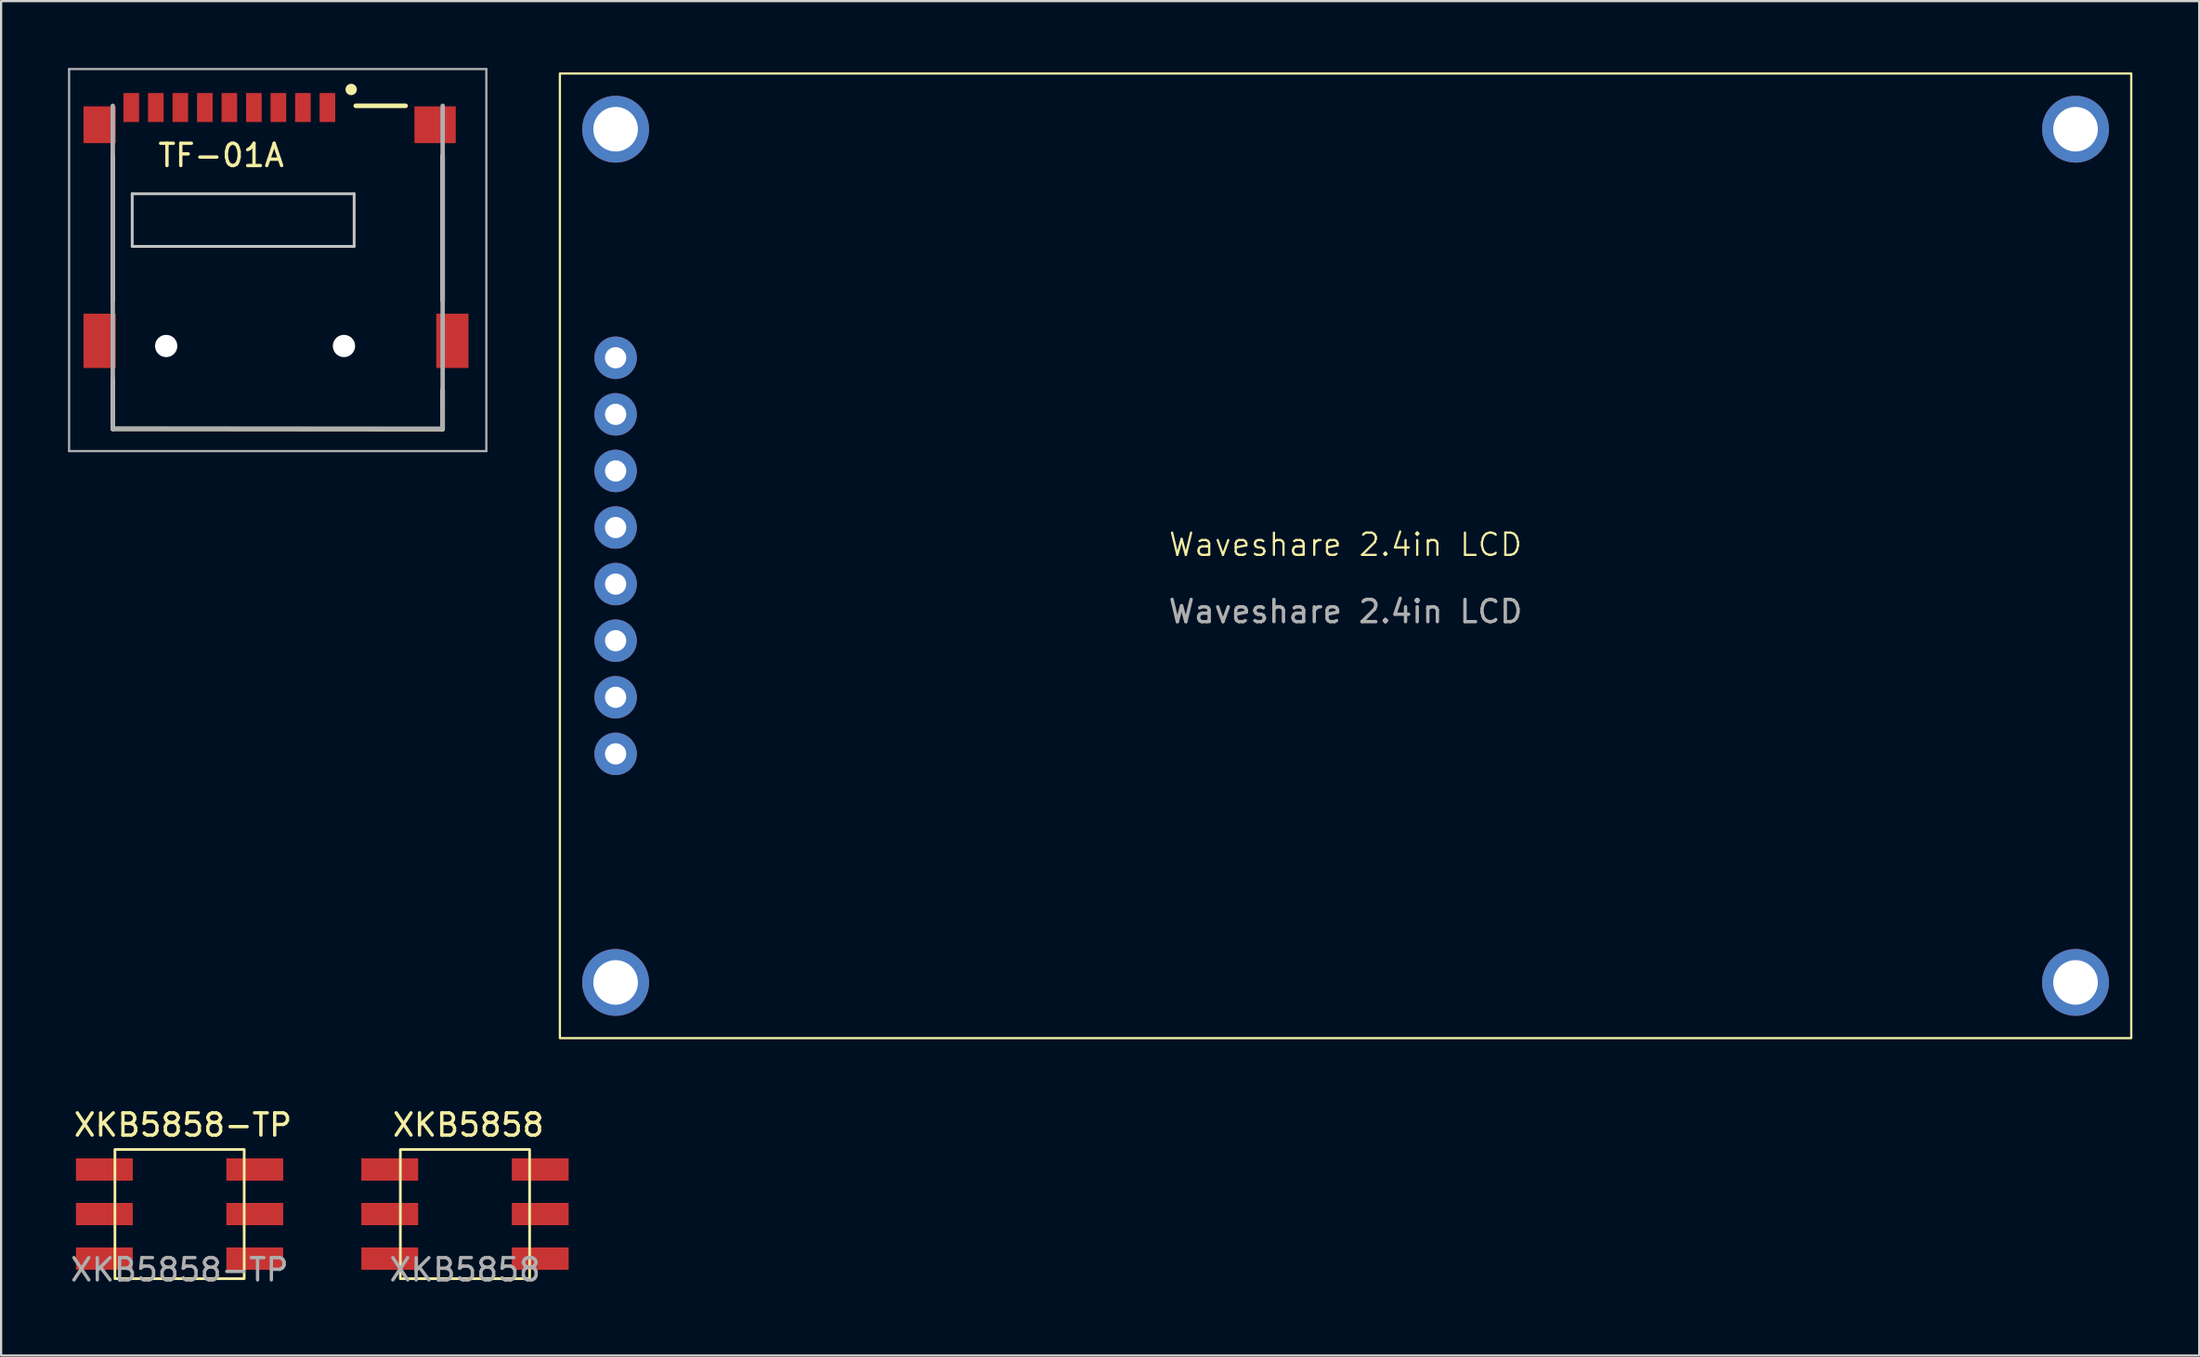
<source format=kicad_pcb>
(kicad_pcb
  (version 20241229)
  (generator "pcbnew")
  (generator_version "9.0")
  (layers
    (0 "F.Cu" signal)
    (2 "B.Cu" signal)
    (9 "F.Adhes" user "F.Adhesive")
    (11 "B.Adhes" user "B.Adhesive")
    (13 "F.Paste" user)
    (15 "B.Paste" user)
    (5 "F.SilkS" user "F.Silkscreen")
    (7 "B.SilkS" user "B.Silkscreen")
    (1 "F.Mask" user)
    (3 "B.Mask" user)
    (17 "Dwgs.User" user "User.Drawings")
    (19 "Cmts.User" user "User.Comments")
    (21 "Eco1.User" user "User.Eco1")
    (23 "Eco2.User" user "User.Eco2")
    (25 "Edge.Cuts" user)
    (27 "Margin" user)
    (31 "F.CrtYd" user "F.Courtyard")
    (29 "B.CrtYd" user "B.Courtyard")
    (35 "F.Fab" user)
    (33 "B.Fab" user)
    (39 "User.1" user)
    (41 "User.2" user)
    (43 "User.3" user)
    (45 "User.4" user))
  (footprint "TF-01A"
    (layer "F.Cu")
    (at 9.41 8.95)
    (property "Reference" "TF-01A" (at -2.54 -5.024 0) (layer "F.SilkS") (effects (font (size 1 1) (thickness 0.15))))
    (attr smd)
    (fp_line (start -7.4 -5) (end -7.4 1.5) (stroke (width 0.203) (type solid)) (layer "F.SilkS"))
    (fp_line (start -7.4 5) (end -7.399 7.25) (stroke (width 0.203) (type solid)) (layer "F.SilkS"))
    (fp_line (start -7.399 7.25) (end 7.399 7.263) (stroke (width 0.203) (type solid)) (layer "F.SilkS"))
    (fp_line (start 3.5 -7.25) (end 5.738 -7.25) (stroke (width 0.203) (type solid)) (layer "F.SilkS"))
    (fp_line (start 7.399 7.263) (end 7.4 5.5) (stroke (width 0.203) (type solid)) (layer "F.SilkS"))
    (fp_line (start 7.4 1.5) (end 7.4 -5) (stroke (width 0.203) (type solid)) (layer "F.SilkS"))
    (fp_circle (center 3.296 -7.984) (end 3.55 -7.984) (stroke (width 0) (type solid)) (fill yes) (layer "F.SilkS"))
    (fp_line (start -6.528 -3.302) (end -6.528 -0.94) (stroke (width 0.127) (type solid)) (layer "Dwgs.User"))
    (fp_line (start -6.528 -0.94) (end 3.429 -0.94) (stroke (width 0.127) (type solid)) (layer "Dwgs.User"))
    (fp_line (start 3.429 -3.302) (end -6.528 -3.302) (stroke (width 0.127) (type solid)) (layer "Dwgs.User"))
    (fp_line (start 3.429 -0.94) (end 3.429 -3.302) (stroke (width 0.127) (type solid)) (layer "Dwgs.User"))
    (fp_line (start -9.36 -8.9) (end 9.36 -8.9) (stroke (width 0.1) (type solid)) (layer "F.Fab"))
    (fp_line (start -9.36 8.25) (end -9.36 -8.9) (stroke (width 0.1) (type solid)) (layer "F.Fab"))
    (fp_line (start -7.4 7.25) (end -7.4 -7.25) (stroke (width 0.2) (type solid)) (layer "F.Fab"))
    (fp_line (start 7.4 -7.25) (end 7.4 7.25) (stroke (width 0.2) (type solid)) (layer "F.Fab"))
    (fp_line (start 7.4 7.25) (end -7.4 7.25) (stroke (width 0.2) (type solid)) (layer "F.Fab"))
    (fp_line (start 9.36 -8.9) (end 9.36 8.25) (stroke (width 0.1) (type solid)) (layer "F.Fab"))
    (fp_line (start 9.36 8.25) (end -9.36 8.25) (stroke (width 0.1) (type solid)) (layer "F.Fab"))
    (pad "" np_thru_hole circle (at -5.004 3.531) (size 1 1) (drill 1) (layers "*.Cu" "*.Mask"))
    (pad "" np_thru_hole circle (at 2.972 3.531) (size 1 1) (drill 1) (layers "*.Cu" "*.Mask"))
    (pad "1" smd rect (at 2.23 -7.174 90) (size 1.3 0.7) (layers "F.Cu" "F.Mask" "F.Paste"))
    (pad "2" smd rect (at 1.13 -7.174 90) (size 1.3 0.7) (layers "F.Cu" "F.Mask" "F.Paste"))
    (pad "3" smd rect (at 0.03 -7.174 90) (size 1.3 0.7) (layers "F.Cu" "F.Mask" "F.Paste"))
    (pad "4" smd rect (at -1.07 -7.174 90) (size 1.3 0.7) (layers "F.Cu" "F.Mask" "F.Paste"))
    (pad "5" smd rect (at -2.17 -7.174 90) (size 1.3 0.7) (layers "F.Cu" "F.Mask" "F.Paste"))
    (pad "6" smd rect (at -3.27 -7.174 90) (size 1.3 0.7) (layers "F.Cu" "F.Mask" "F.Paste"))
    (pad "7" smd rect (at -4.37 -7.174 90) (size 1.3 0.7) (layers "F.Cu" "F.Mask" "F.Paste"))
    (pad "8" smd rect (at -5.47 -7.174 90) (size 1.3 0.7) (layers "F.Cu" "F.Mask" "F.Paste"))
    (pad "CD1" smd rect (at -6.57 -7.174 90) (size 1.3 0.7) (layers "F.Cu" "F.Mask" "F.Paste"))
    (pad "MP1" smd rect (at -7.989 -6.4 90) (size 1.651 1.448) (layers "F.Cu" "F.Mask" "F.Paste"))
    (pad "MP2" smd rect (at -7.989 3.3 90) (size 2.438 1.448) (layers "F.Cu" "F.Mask" "F.Paste"))
    (pad "MP3" smd rect (at 7.836 3.3 90) (size 2.438 1.448) (layers "F.Cu" "F.Mask" "F.Paste"))
    (pad "MP4" smd rect (at 7.061 -6.4 90) (size 1.651 1.854) (layers "F.Cu" "F.Mask" "F.Paste")))
  (footprint "Waveshare 2.4in LCD"
    (layer "F.Cu")
    (at 22.07 0.25)
    (property "Reference" "Waveshare 2.4in LCD" (at 35.25 21.15 0) (unlocked yes) (layer "F.SilkS") (effects (font (size 1 1) (thickness 0.1))))
    (attr through_hole)
    (fp_rect (start 0 0) (end 70.5 43.3) (stroke (width 0.1) (type solid)) (fill no) (layer "F.SilkS"))
    (fp_text user "${REFERENCE}" (at 35.25 24.15 0) (unlocked yes) (layer "F.Fab") (effects (font (size 1 1) (thickness 0.15))))
    (pad "" np_thru_hole circle (at 2.5 2.5) (size 3 3) (drill 2) (layers "*.Cu" "*.Mask"))
    (pad "" np_thru_hole circle (at 2.5 40.8) (size 3 3) (drill 2) (layers "*.Cu" "*.Mask"))
    (pad "" np_thru_hole circle (at 68 2.5) (size 3 3) (drill 2) (layers "*.Cu" "*.Mask"))
    (pad "" np_thru_hole circle (at 68 40.8) (size 3 3) (drill 2) (layers "*.Cu" "*.Mask"))
    (pad "1" thru_hole circle (at 2.5 12.76) (size 1.905 1.905) (drill 0.953) (layers "*.Cu" "*.Mask"))
    (pad "2" thru_hole circle (at 2.5 15.3) (size 1.905 1.905) (drill 0.953) (layers "*.Cu" "*.Mask"))
    (pad "3" thru_hole circle (at 2.5 17.84) (size 1.905 1.905) (drill 0.953) (layers "*.Cu" "*.Mask"))
    (pad "4" thru_hole circle (at 2.5 20.38) (size 1.905 1.905) (drill 0.953) (layers "*.Cu" "*.Mask"))
    (pad "5" thru_hole circle (at 2.5 22.92) (size 1.905 1.905) (drill 0.953) (layers "*.Cu" "*.Mask"))
    (pad "6" thru_hole circle (at 2.5 25.46) (size 1.905 1.905) (drill 0.953) (layers "*.Cu" "*.Mask"))
    (pad "7" thru_hole circle (at 2.5 28) (size 1.905 1.905) (drill 0.953) (layers "*.Cu" "*.Mask"))
    (pad "8" thru_hole circle (at 2.5 30.54) (size 1.905 1.905) (drill 0.953) (layers "*.Cu" "*.Mask")))
  (footprint "XKB5858"
    (layer "F.Cu")
    (at 17.812 51.448)
    (property "Reference" "XKB5858" (at 0.15 -4 0) (unlocked yes) (layer "F.SilkS") (effects (font (size 1 1) (thickness 0.15))))
    (attr smd)
    (fp_rect (start -2.9 -2.9) (end 2.9 2.9) (stroke (width 0.12) (type solid)) (fill no) (layer "F.SilkS"))
    (fp_text user "${REFERENCE}" (at 0 2.5 0) (unlocked yes) (layer "F.Fab") (effects (font (size 1 1) (thickness 0.15))))
    (pad "1" smd rect (at -3.375 -2) (size 2.55 1) (layers "F.Cu" "F.Mask" "F.Paste"))
    (pad "2" smd rect (at -3.375 0) (size 2.55 1) (layers "F.Cu" "F.Mask" "F.Paste"))
    (pad "3" smd rect (at -3.375 2) (size 2.55 1) (layers "F.Cu" "F.Mask" "F.Paste"))
    (pad "4" smd rect (at 3.375 -2) (size 2.55 1) (layers "F.Cu" "F.Mask" "F.Paste"))
    (pad "5" smd rect (at 3.375 0) (size 2.55 1) (layers "F.Cu" "F.Mask" "F.Paste"))
    (pad "6" smd rect (at 3.375 2) (size 2.55 1) (layers "F.Cu" "F.Mask" "F.Paste")))
  (footprint "XKB5858-TP"
    (layer "F.Cu")
    (at 5.006 51.448)
    (property "Reference" "XKB5858-TP" (at 0.15 -4 0) (unlocked yes) (layer "F.SilkS") (effects (font (size 1 1) (thickness 0.15))))
    (attr smd)
    (fp_rect (start -2.9 -2.9) (end 2.9 2.9) (stroke (width 0.12) (type solid)) (fill no) (layer "F.SilkS"))
    (fp_text user "${REFERENCE}" (at 0 2.5 0) (unlocked yes) (layer "F.Fab") (effects (font (size 1 1) (thickness 0.15))))
    (pad "1" smd rect (at -3.375 -2) (size 2.55 1) (layers "F.Cu" "F.Mask" "F.Paste"))
    (pad "2" smd rect (at -3.375 0) (size 2.55 1) (layers "F.Cu" "F.Mask" "F.Paste"))
    (pad "3" smd rect (at -3.375 2) (size 2.55 1) (layers "F.Cu" "F.Mask" "F.Paste"))
    (pad "4" smd rect (at 3.375 -2) (size 2.55 1) (layers "F.Cu" "F.Mask" "F.Paste"))
    (pad "5" smd rect (at 3.375 0) (size 2.55 1) (layers "F.Cu" "F.Mask" "F.Paste"))
    (pad "6" smd rect (at 3.375 2) (size 2.55 1) (layers "F.Cu" "F.Mask" "F.Paste")))
  (gr_rect
    (start -3 -3)
    (end 95.62 57.797)
    (stroke (width 0.1) (type default))
    (fill no)
    (layer "Edge.Cuts")))
</source>
